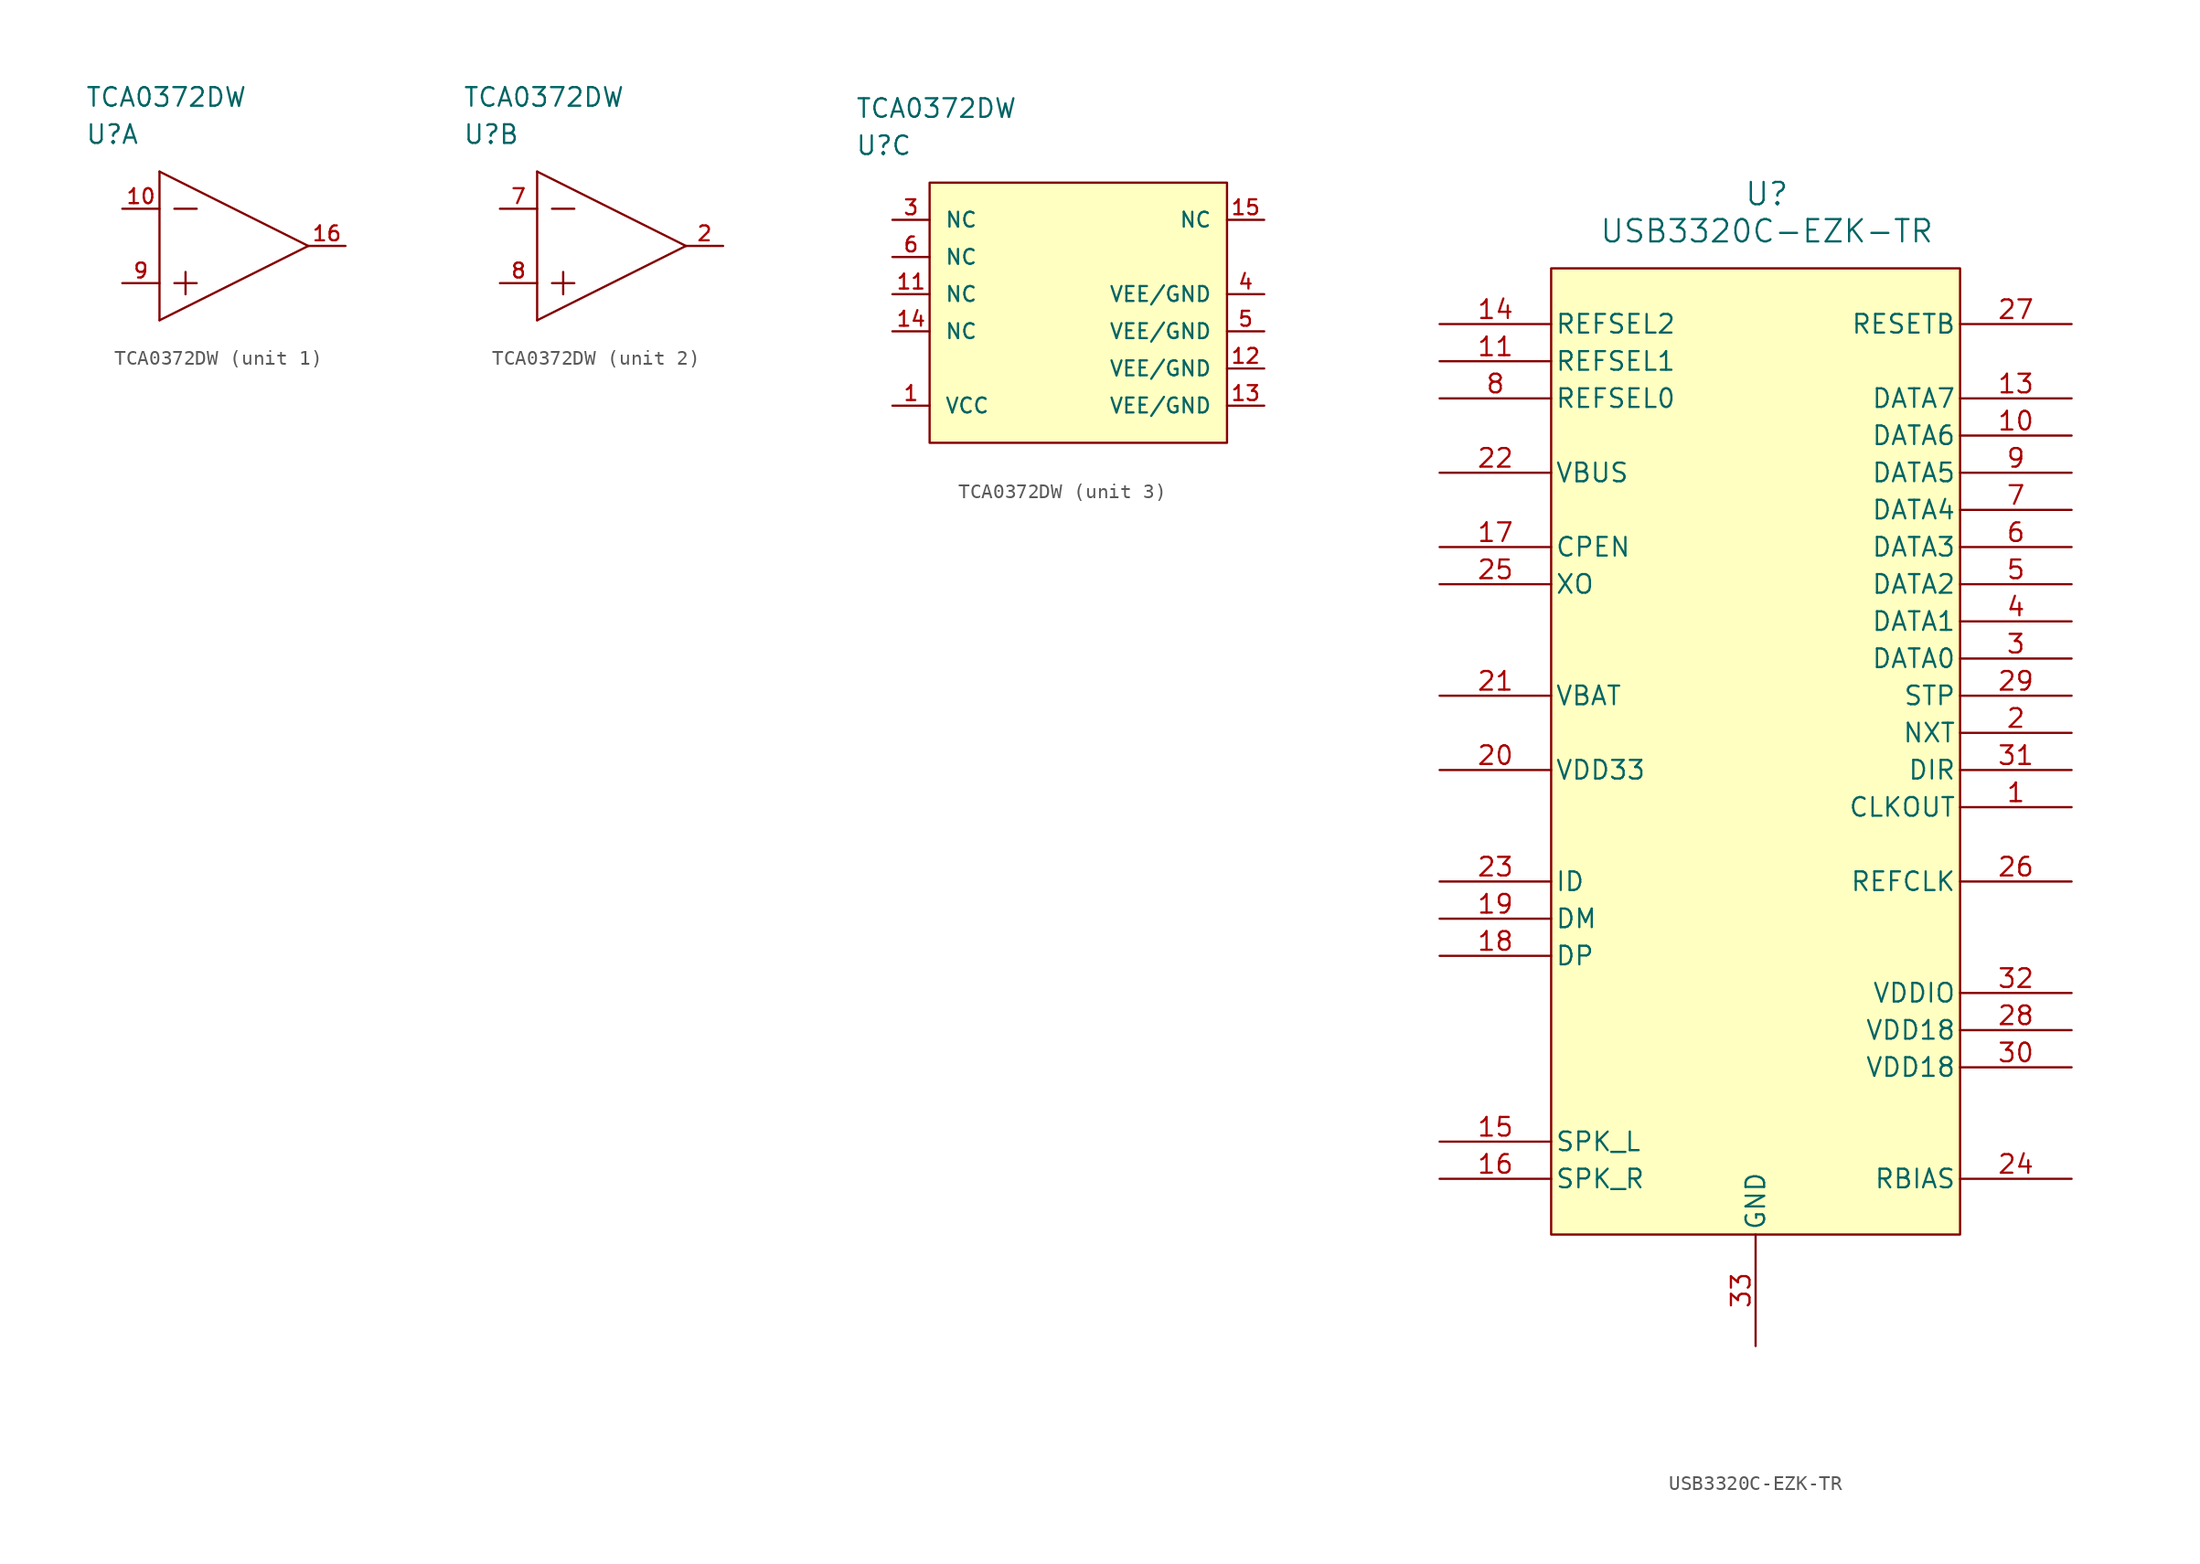
<source format=kicad_sym>
(kicad_symbol_lib
  (version 20241209)
  (generator "kicad_symbol_editor")
  (generator_version "9.0")
  (symbol "TCA0372DW"
    (pin_names
      (offset 1.016))
    (property "Reference" "U"
      (at 0 5.08 0)
      (effects (font (size 1.27 1.27)) (justify left)))
    (property "Value" "TCA0372DW"
      (at 0 7.62 0)
      (effects (font (size 1.27 1.27)) (justify left)))
    (property "ki_locked" ""
      (at 0 0 0)
      (effects (font (size 1.27 1.27))))
    (symbol "TCA0372DW_1_1"
      (polyline (pts (xy 5.08 2.54) (xy 5.08 -7.62)) (stroke (width 0) (type default)) (fill (type none)))
      (polyline (pts (xy 5.08 2.54) (xy 15.24 -2.54)) (stroke (width 0) (type default)) (fill (type none)))
      (polyline (pts (xy 5.08 -7.62) (xy 15.24 -2.54)) (stroke (width 0) (type default)) (fill (type none)))
      (polyline (pts (xy 6.096 0) (xy 7.62 0)) (stroke (width 0) (type default)) (fill (type none)))
      (polyline (pts (xy 6.096 -5.08) (xy 7.62 -5.08)) (stroke (width 0) (type default)) (fill (type none)))
      (polyline (pts (xy 6.858 -4.318) (xy 6.858 -5.842)) (stroke (width 0) (type default)) (fill (type none)))
      (pin input line (at 2.54 0 0) (length 2.54) (name "INA-" (effects (font (size 0 0)))) (number "10" (effects (font (size 1.016 1.016)))))
      (pin input line (at 2.54 -5.08 0) (length 2.54) (name "INA+" (effects (font (size 0 0)))) (number "9" (effects (font (size 1.016 1.016)))))
      (pin output line (at 17.78 -2.54 180) (length 2.54) (name "OUTA" (effects (font (size 0 0)))) (number "16" (effects (font (size 1.016 1.016))))))
    (symbol "TCA0372DW_2_1"
      (polyline (pts (xy 5.08 2.54) (xy 5.08 -7.62)) (stroke (width 0) (type default)) (fill (type none)))
      (polyline (pts (xy 5.08 2.54) (xy 15.24 -2.54)) (stroke (width 0) (type default)) (fill (type none)))
      (polyline (pts (xy 5.08 -7.62) (xy 15.24 -2.54)) (stroke (width 0) (type default)) (fill (type none)))
      (polyline (pts (xy 6.096 0) (xy 7.62 0)) (stroke (width 0) (type default)) (fill (type none)))
      (polyline (pts (xy 6.096 -5.08) (xy 7.62 -5.08)) (stroke (width 0) (type default)) (fill (type none)))
      (polyline (pts (xy 6.858 -4.318) (xy 6.858 -5.842)) (stroke (width 0) (type default)) (fill (type none)))
      (pin input line (at 2.54 0 0) (length 2.54) (name "INB-" (effects (font (size 0 0)))) (number "7" (effects (font (size 1.016 1.016)))))
      (pin input line (at 2.54 -5.08 0) (length 2.54) (name "INB+" (effects (font (size 0 0)))) (number "8" (effects (font (size 1.016 1.016)))))
      (pin output line (at 17.78 -2.54 180) (length 2.54) (name "OUTB" (effects (font (size 0 0)))) (number "2" (effects (font (size 1.016 1.016))))))
    (symbol "TCA0372DW_3_1"
      (rectangle (start 5.08 2.54) (end 25.4 -15.24) (stroke (width 0) (type default)) (fill (type background)))
      (pin passive line (at 2.54 0 0) (length 2.54) (name "NC" (effects (font (size 1.016 1.016)))) (number "3" (effects (font (size 1.016 1.016)))))
      (pin passive line (at 2.54 -2.54 0) (length 2.54) (name "NC" (effects (font (size 1.016 1.016)))) (number "6" (effects (font (size 1.016 1.016)))))
      (pin passive line (at 2.54 -5.08 0) (length 2.54) (name "NC" (effects (font (size 1.016 1.016)))) (number "11" (effects (font (size 1.016 1.016)))))
      (pin passive line (at 2.54 -7.62 0) (length 2.54) (name "NC" (effects (font (size 1.016 1.016)))) (number "14" (effects (font (size 1.016 1.016)))))
      (pin power_in line (at 2.54 -12.7 0) (length 2.54) (name "VCC" (effects (font (size 1.016 1.016)))) (number "1" (effects (font (size 1.016 1.016)))))
      (pin passive line (at 27.94 0 180) (length 2.54) (name "NC" (effects (font (size 1.016 1.016)))) (number "15" (effects (font (size 1.016 1.016)))))
      (pin power_in line (at 27.94 -5.08 180) (length 2.54) (name "VEE/GND" (effects (font (size 1.016 1.016)))) (number "4" (effects (font (size 1.016 1.016)))))
      (pin power_in line (at 27.94 -7.62 180) (length 2.54) (name "VEE/GND" (effects (font (size 1.016 1.016)))) (number "5" (effects (font (size 1.016 1.016)))))
      (pin power_in line (at 27.94 -10.16 180) (length 2.54) (name "VEE/GND" (effects (font (size 1.016 1.016)))) (number "12" (effects (font (size 1.016 1.016)))))
      (pin power_in line (at 27.94 -12.7 180) (length 2.54) (name "VEE/GND" (effects (font (size 1.016 1.016)))) (number "13" (effects (font (size 1.016 1.016)))))))
  (symbol "USB3320C-EZK-TR"
    (pin_names
      (offset 0.254))
    (property "Reference" "U"
      (at 14.732 5.08 0)
      (effects (font (size 1.524 1.524))))
    (property "Value" "USB3320C-EZK-TR"
      (at 14.732 2.54 0)
      (effects (font (size 1.524 1.524))))
    (property "ki_locked" ""
      (at 0 0 0)
      (effects (font (size 1.27 1.27))))
    (symbol "USB3320C-EZK-TR_0_1"
      (pin input line (at -7.62 -3.81 0) (length 7.62) (name "REFSEL2" (effects (font (size 1.27 1.27)))) (number "14" (effects (font (size 1.27 1.27)))))
      (pin input line (at -7.62 -6.35 0) (length 7.62) (name "REFSEL1" (effects (font (size 1.27 1.27)))) (number "11" (effects (font (size 1.27 1.27)))))
      (pin input line (at -7.62 -8.89 0) (length 7.62) (name "REFSEL0" (effects (font (size 1.27 1.27)))) (number "8" (effects (font (size 1.27 1.27)))))
      (pin bidirectional line (at -7.62 -13.97 0) (length 7.62) (name "VBUS" (effects (font (size 1.27 1.27)))) (number "22" (effects (font (size 1.27 1.27)))))
      (pin output line (at -7.62 -19.05 0) (length 7.62) (name "CPEN" (effects (font (size 1.27 1.27)))) (number "17" (effects (font (size 1.27 1.27)))))
      (pin output line (at -7.62 -21.59 0) (length 7.62) (name "XO" (effects (font (size 1.27 1.27)))) (number "25" (effects (font (size 1.27 1.27)))))
      (pin power_in line (at -7.62 -29.21 0) (length 7.62) (name "VBAT" (effects (font (size 1.27 1.27)))) (number "21" (effects (font (size 1.27 1.27)))))
      (pin power_in line (at -7.62 -34.29 0) (length 7.62) (name "VDD33" (effects (font (size 1.27 1.27)))) (number "20" (effects (font (size 1.27 1.27)))))
      (pin input line (at -7.62 -41.91 0) (length 7.62) (name "ID" (effects (font (size 1.27 1.27)))) (number "23" (effects (font (size 1.27 1.27)))))
      (pin bidirectional line (at -7.62 -44.45 0) (length 7.62) (name "DM" (effects (font (size 1.27 1.27)))) (number "19" (effects (font (size 1.27 1.27)))))
      (pin bidirectional line (at -7.62 -46.99 0) (length 7.62) (name "DP" (effects (font (size 1.27 1.27)))) (number "18" (effects (font (size 1.27 1.27)))))
      (pin bidirectional line (at -7.62 -59.69 0) (length 7.62) (name "SPK_L" (effects (font (size 1.27 1.27)))) (number "15" (effects (font (size 1.27 1.27)))))
      (pin bidirectional line (at -7.62 -62.23 0) (length 7.62) (name "SPK_R" (effects (font (size 1.27 1.27)))) (number "16" (effects (font (size 1.27 1.27)))))
      (pin input line (at 35.56 -3.81 180) (length 7.62) (name "RESETB" (effects (font (size 1.27 1.27)))) (number "27" (effects (font (size 1.27 1.27)))))
      (pin bidirectional line (at 35.56 -8.89 180) (length 7.62) (name "DATA7" (effects (font (size 1.27 1.27)))) (number "13" (effects (font (size 1.27 1.27)))))
      (pin bidirectional line (at 35.56 -11.43 180) (length 7.62) (name "DATA6" (effects (font (size 1.27 1.27)))) (number "10" (effects (font (size 1.27 1.27)))))
      (pin bidirectional line (at 35.56 -13.97 180) (length 7.62) (name "DATA5" (effects (font (size 1.27 1.27)))) (number "9" (effects (font (size 1.27 1.27)))))
      (pin bidirectional line (at 35.56 -16.51 180) (length 7.62) (name "DATA4" (effects (font (size 1.27 1.27)))) (number "7" (effects (font (size 1.27 1.27)))))
      (pin bidirectional line (at 35.56 -19.05 180) (length 7.62) (name "DATA3" (effects (font (size 1.27 1.27)))) (number "6" (effects (font (size 1.27 1.27)))))
      (pin bidirectional line (at 35.56 -21.59 180) (length 7.62) (name "DATA2" (effects (font (size 1.27 1.27)))) (number "5" (effects (font (size 1.27 1.27)))))
      (pin bidirectional line (at 35.56 -24.13 180) (length 7.62) (name "DATA1" (effects (font (size 1.27 1.27)))) (number "4" (effects (font (size 1.27 1.27)))))
      (pin bidirectional line (at 35.56 -26.67 180) (length 7.62) (name "DATA0" (effects (font (size 1.27 1.27)))) (number "3" (effects (font (size 1.27 1.27)))))
      (pin input line (at 35.56 -29.21 180) (length 7.62) (name "STP" (effects (font (size 1.27 1.27)))) (number "29" (effects (font (size 1.27 1.27)))))
      (pin output line (at 35.56 -31.75 180) (length 7.62) (name "NXT" (effects (font (size 1.27 1.27)))) (number "2" (effects (font (size 1.27 1.27)))))
      (pin output line (at 35.56 -34.29 180) (length 7.62) (name "DIR" (effects (font (size 1.27 1.27)))) (number "31" (effects (font (size 1.27 1.27)))))
      (pin output line (at 35.56 -36.83 180) (length 7.62) (name "CLKOUT" (effects (font (size 1.27 1.27)))) (number "1" (effects (font (size 1.27 1.27)))))
      (pin input line (at 35.56 -41.91 180) (length 7.62) (name "REFCLK" (effects (font (size 1.27 1.27)))) (number "26" (effects (font (size 1.27 1.27)))))
      (pin power_in line (at 35.56 -49.53 180) (length 7.62) (name "VDDIO" (effects (font (size 1.27 1.27)))) (number "32" (effects (font (size 1.27 1.27)))))
      (pin power_in line (at 35.56 -52.07 180) (length 7.62) (name "VDD18" (effects (font (size 1.27 1.27)))) (number "28" (effects (font (size 1.27 1.27)))))
      (pin power_in line (at 35.56 -54.61 180) (length 7.62) (name "VDD18" (effects (font (size 1.27 1.27)))) (number "30" (effects (font (size 1.27 1.27)))))
      (pin unspecified line (at 35.56 -62.23 180) (length 7.62) (name "RBIAS" (effects (font (size 1.27 1.27)))) (number "24" (effects (font (size 1.27 1.27))))))
    (symbol "USB3320C-EZK-TR_1_1"
      (rectangle (start 0 0) (end 27.94 -66.04) (stroke (width 0) (type solid)) (fill (type color) (color 255 255 194 1)))
      (pin unspecified line (at 13.97 -73.66 90) (length 7.62) (name "GND" (effects (font (size 1.27 1.27)))) (number "33" (effects (font (size 1.27 1.27)))))
      (pin no_connect line (at 35.56 -69.85 180) (length 7.62) (hide yes) (name "NC" (effects (font (size 1.27 1.27)))) (number "12" (effects (font (size 1.27 1.27))))))))
</source>
